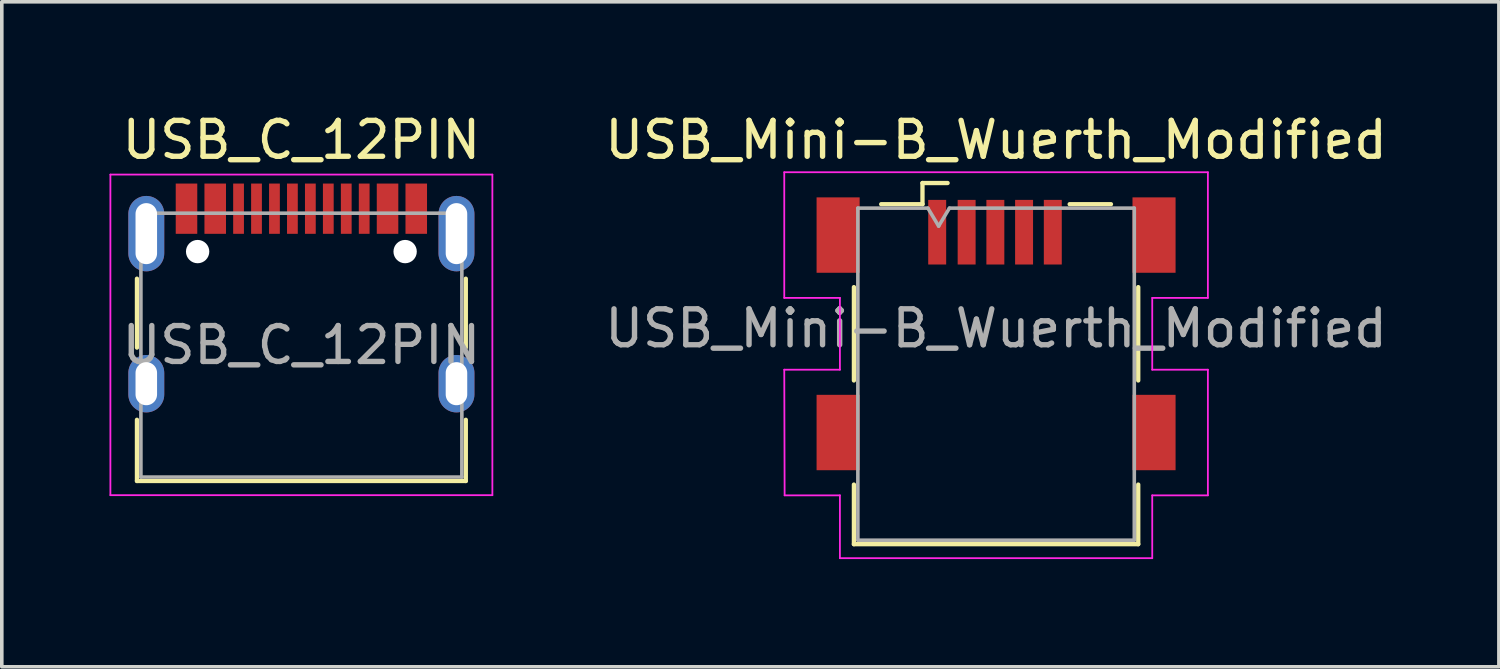
<source format=kicad_pcb>
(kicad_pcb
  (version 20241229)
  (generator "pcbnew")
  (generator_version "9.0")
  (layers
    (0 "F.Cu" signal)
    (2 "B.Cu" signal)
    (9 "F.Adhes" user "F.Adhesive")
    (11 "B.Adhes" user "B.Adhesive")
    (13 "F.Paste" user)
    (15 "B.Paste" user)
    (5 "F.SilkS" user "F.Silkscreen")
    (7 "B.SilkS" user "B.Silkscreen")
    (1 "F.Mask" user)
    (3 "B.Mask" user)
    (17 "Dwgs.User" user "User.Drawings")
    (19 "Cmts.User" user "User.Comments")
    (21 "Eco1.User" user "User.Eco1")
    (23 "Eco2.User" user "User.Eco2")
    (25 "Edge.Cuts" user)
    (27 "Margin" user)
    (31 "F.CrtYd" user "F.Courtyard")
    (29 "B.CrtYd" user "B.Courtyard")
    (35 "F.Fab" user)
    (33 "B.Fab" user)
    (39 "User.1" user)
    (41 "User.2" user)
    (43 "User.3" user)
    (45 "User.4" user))
  (footprint "USB_C_12PIN"
    (layer "F.Cu")
    (at 5.345 6.563)
    (property "Reference" "USB_C_12PIN" (at 0 -5.715 0) (layer "F.SilkS") (effects (font (size 1 1) (thickness 0.15))))
    (attr smd)
    (fp_line (start -4.58 -1.85) (end -4.58 0.07) (stroke (width 0.12) (type solid)) (layer "F.SilkS"))
    (fp_line (start -4.58 3.785) (end -4.58 2.08) (stroke (width 0.12) (type solid)) (layer "F.SilkS"))
    (fp_line (start 4.58 0.07) (end 4.58 -1.85) (stroke (width 0.12) (type solid)) (layer "F.SilkS"))
    (fp_line (start 4.58 2.08) (end 4.58 3.785) (stroke (width 0.12) (type solid)) (layer "F.SilkS"))
    (fp_line (start 4.58 3.785) (end -4.58 3.785) (stroke (width 0.12) (type solid)) (layer "F.SilkS"))
    (fp_line (start -5.32 -4.75) (end 5.32 -4.75) (stroke (width 0.05) (type solid)) (layer "F.CrtYd"))
    (fp_line (start -5.32 4.18) (end -5.32 -4.75) (stroke (width 0.05) (type solid)) (layer "F.CrtYd"))
    (fp_line (start 5.32 -4.75) (end 5.32 4.18) (stroke (width 0.05) (type solid)) (layer "F.CrtYd"))
    (fp_line (start 5.32 4.18) (end -5.32 4.18) (stroke (width 0.05) (type solid)) (layer "F.CrtYd"))
    (fp_line (start -4.47 -3.675) (end -4.47 3.675) (stroke (width 0.1) (type solid)) (layer "F.Fab"))
    (fp_line (start -4.47 -3.675) (end 4.47 -3.675) (stroke (width 0.1) (type solid)) (layer "F.Fab"))
    (fp_line (start -4.47 3.675) (end 4.47 3.675) (stroke (width 0.1) (type solid)) (layer "F.Fab"))
    (fp_line (start 4.47 3.675) (end 4.47 -3.675) (stroke (width 0.1) (type solid)) (layer "F.Fab"))
    (fp_text user "${REFERENCE}" (at 0 0 0) (layer "F.Fab") (effects (font (size 1 1) (thickness 0.15))))
    (pad "" np_thru_hole circle (at -2.89 -2.605) (size 0.65 0.65) (drill 0.65) (layers "*.Cu" "*.Mask"))
    (pad "" np_thru_hole circle (at 2.89 -2.605) (size 0.65 0.65) (drill 0.65) (layers "*.Cu" "*.Mask"))
    (pad "1" smd rect (at 3.2 -3.8) (size 0.6 1.4) (layers "F.Cu" "F.Mask" "F.Paste"))
    (pad "2" smd rect (at 2.4 -3.8) (size 0.6 1.4) (layers "F.Cu" "F.Mask" "F.Paste"))
    (pad "3" smd rect (at 1.75 -3.8) (size 0.3 1.4) (layers "F.Cu" "F.Mask" "F.Paste"))
    (pad "4" smd rect (at 1.25 -3.8) (size 0.3 1.4) (layers "F.Cu" "F.Mask" "F.Paste"))
    (pad "5" smd rect (at 0.75 -3.8) (size 0.3 1.4) (layers "F.Cu" "F.Mask" "F.Paste"))
    (pad "6" smd rect (at 0.25 -3.8) (size 0.3 1.4) (layers "F.Cu" "F.Mask" "F.Paste"))
    (pad "7" smd rect (at -0.25 -3.8) (size 0.3 1.4) (layers "F.Cu" "F.Mask" "F.Paste"))
    (pad "8" smd rect (at -0.75 -3.8) (size 0.3 1.4) (layers "F.Cu" "F.Mask" "F.Paste"))
    (pad "9" smd rect (at -1.25 -3.8) (size 0.3 1.4) (layers "F.Cu" "F.Mask" "F.Paste"))
    (pad "10" smd rect (at -1.75 -3.8) (size 0.3 1.4) (layers "F.Cu" "F.Mask" "F.Paste"))
    (pad "11" smd rect (at -2.4 -3.8) (size 0.6 1.4) (layers "F.Cu" "F.Mask" "F.Paste"))
    (pad "12" smd rect (at -3.2 -3.8) (size 0.6 1.4) (layers "F.Cu" "F.Mask" "F.Paste"))
    (pad "S1" thru_hole oval (at -4.32 -3.105) (size 1 2.1) (drill oval 0.6 1.7) (layers "*.Cu" "*.Mask"))
    (pad "S1" thru_hole oval (at -4.32 1.075) (size 1 1.6) (drill oval 0.6 1.2) (layers "*.Cu" "*.Mask"))
    (pad "S1" thru_hole oval (at 4.32 -3.105) (size 1 2.1) (drill oval 0.6 1.7) (layers "*.Cu" "*.Mask"))
    (pad "S1" thru_hole oval (at 4.32 1.075) (size 1 1.6) (drill oval 0.6 1.2) (layers "*.Cu" "*.Mask")))
  (footprint "USB_Mini-B_Wuerth_Modified"
    (layer "F.Cu")
    (at 24.696 6.098)
    (property "Reference" "USB_Mini-B_Wuerth_Modified" (at 0 -5.25 0) (layer "F.SilkS") (effects (font (size 1 1) (thickness 0.15))))
    (attr smd)
    (fp_line (start -3.96 1.45) (end -3.96 -1.15) (stroke (width 0.12) (type solid)) (layer "F.SilkS"))
    (fp_line (start -3.96 4.35) (end -3.96 6.01) (stroke (width 0.12) (type solid)) (layer "F.SilkS"))
    (fp_line (start -3.96 6.01) (end 3.96 6.01) (stroke (width 0.12) (type solid)) (layer "F.SilkS"))
    (fp_line (start -3.2 -3.46) (end -2.05 -3.46) (stroke (width 0.12) (type solid)) (layer "F.SilkS"))
    (fp_line (start -2.05 -4.05) (end -1.35 -4.05) (stroke (width 0.12) (type solid)) (layer "F.SilkS"))
    (fp_line (start -2.05 -3.46) (end -2.05 -4.05) (stroke (width 0.12) (type solid)) (layer "F.SilkS"))
    (fp_line (start 2.05 -3.46) (end 3.2 -3.46) (stroke (width 0.12) (type solid)) (layer "F.SilkS"))
    (fp_line (start 3.96 -1.15) (end 3.96 1.45) (stroke (width 0.12) (type solid)) (layer "F.SilkS"))
    (fp_line (start 3.96 6.01) (end 3.96 4.35) (stroke (width 0.12) (type solid)) (layer "F.SilkS"))
    (fp_line (start -5.9 -4.35) (end 5.9 -4.35) (stroke (width 0.05) (type solid)) (layer "F.CrtYd"))
    (fp_line (start -5.9 -0.85) (end -5.9 -4.35) (stroke (width 0.05) (type solid)) (layer "F.CrtYd"))
    (fp_line (start -5.9 1.15) (end -4.35 1.15) (stroke (width 0.05) (type solid)) (layer "F.CrtYd"))
    (fp_line (start -5.89 4.65) (end -5.9 1.15) (stroke (width 0.05) (type solid)) (layer "F.CrtYd"))
    (fp_line (start -4.35 -0.85) (end -5.9 -0.85) (stroke (width 0.05) (type solid)) (layer "F.CrtYd"))
    (fp_line (start -4.35 1.15) (end -4.35 -0.85) (stroke (width 0.05) (type solid)) (layer "F.CrtYd"))
    (fp_line (start -4.35 4.65) (end -5.89 4.65) (stroke (width 0.05) (type solid)) (layer "F.CrtYd"))
    (fp_line (start -4.35 6.4) (end -4.35 4.65) (stroke (width 0.05) (type solid)) (layer "F.CrtYd"))
    (fp_line (start 4.35 -0.85) (end 4.35 1.15) (stroke (width 0.05) (type solid)) (layer "F.CrtYd"))
    (fp_line (start 4.35 1.15) (end 5.9 1.15) (stroke (width 0.05) (type solid)) (layer "F.CrtYd"))
    (fp_line (start 4.35 4.65) (end 4.35 6.4) (stroke (width 0.05) (type solid)) (layer "F.CrtYd"))
    (fp_line (start 4.35 6.4) (end -4.35 6.4) (stroke (width 0.05) (type solid)) (layer "F.CrtYd"))
    (fp_line (start 5.9 -4.35) (end 5.9 -0.85) (stroke (width 0.05) (type solid)) (layer "F.CrtYd"))
    (fp_line (start 5.9 -0.85) (end 4.35 -0.85) (stroke (width 0.05) (type solid)) (layer "F.CrtYd"))
    (fp_line (start 5.9 1.15) (end 5.9 4.65) (stroke (width 0.05) (type solid)) (layer "F.CrtYd"))
    (fp_line (start 5.9 4.65) (end 4.35 4.65) (stroke (width 0.05) (type solid)) (layer "F.CrtYd"))
    (fp_line (start -3.85 -3.35) (end -1.9 -3.35) (stroke (width 0.1) (type solid)) (layer "F.Fab"))
    (fp_line (start -3.85 5.9) (end -3.85 -3.35) (stroke (width 0.1) (type solid)) (layer "F.Fab"))
    (fp_line (start -1.9 -3.35) (end -1.6 -2.85) (stroke (width 0.1) (type solid)) (layer "F.Fab"))
    (fp_line (start -1.6 -2.85) (end -1.3 -3.35) (stroke (width 0.1) (type solid)) (layer "F.Fab"))
    (fp_line (start -1.3 -3.35) (end 3.85 -3.35) (stroke (width 0.1) (type solid)) (layer "F.Fab"))
    (fp_line (start 3.85 -3.35) (end 3.85 5.9) (stroke (width 0.1) (type solid)) (layer "F.Fab"))
    (fp_line (start 3.85 5.9) (end -3.85 5.9) (stroke (width 0.1) (type solid)) (layer "F.Fab"))
    (fp_text user "${REFERENCE}" (at 0 0 0) (layer "F.Fab") (effects (font (size 1 1) (thickness 0.15))))
    (pad "1" smd rect (at -1.64 -2.68) (size 0.5 1.8) (layers "F.Cu" "F.Mask" "F.Paste"))
    (pad "2" smd rect (at -0.82 -2.68) (size 0.5 1.8) (layers "F.Cu" "F.Mask" "F.Paste"))
    (pad "3" smd rect (at -0.02 -2.68) (size 0.5 1.8) (layers "F.Cu" "F.Mask" "F.Paste"))
    (pad "4" smd rect (at 0.78 -2.68) (size 0.5 1.8) (layers "F.Cu" "F.Mask" "F.Paste"))
    (pad "5" smd rect (at 1.58 -2.68) (size 0.5 1.8) (layers "F.Cu" "F.Mask" "F.Paste"))
    (pad "6" smd rect (at -4.4 -2.6) (size 1.2 2.1) (layers "F.Cu" "F.Mask" "F.Paste"))
    (pad "6" smd rect (at -4.4 2.9) (size 1.2 2.1) (layers "F.Cu" "F.Mask" "F.Paste"))
    (pad "6" smd rect (at 4.4 -2.6) (size 1.2 2.1) (layers "F.Cu" "F.Mask" "F.Paste"))
    (pad "6" smd rect (at 4.4 2.9) (size 1.2 2.1) (layers "F.Cu" "F.Mask" "F.Paste")))
  (gr_rect
    (start -3 -3)
    (end 38.702 15.523)
    (stroke (width 0.1) (type default))
    (fill no)
    (layer "Edge.Cuts")))
</source>
